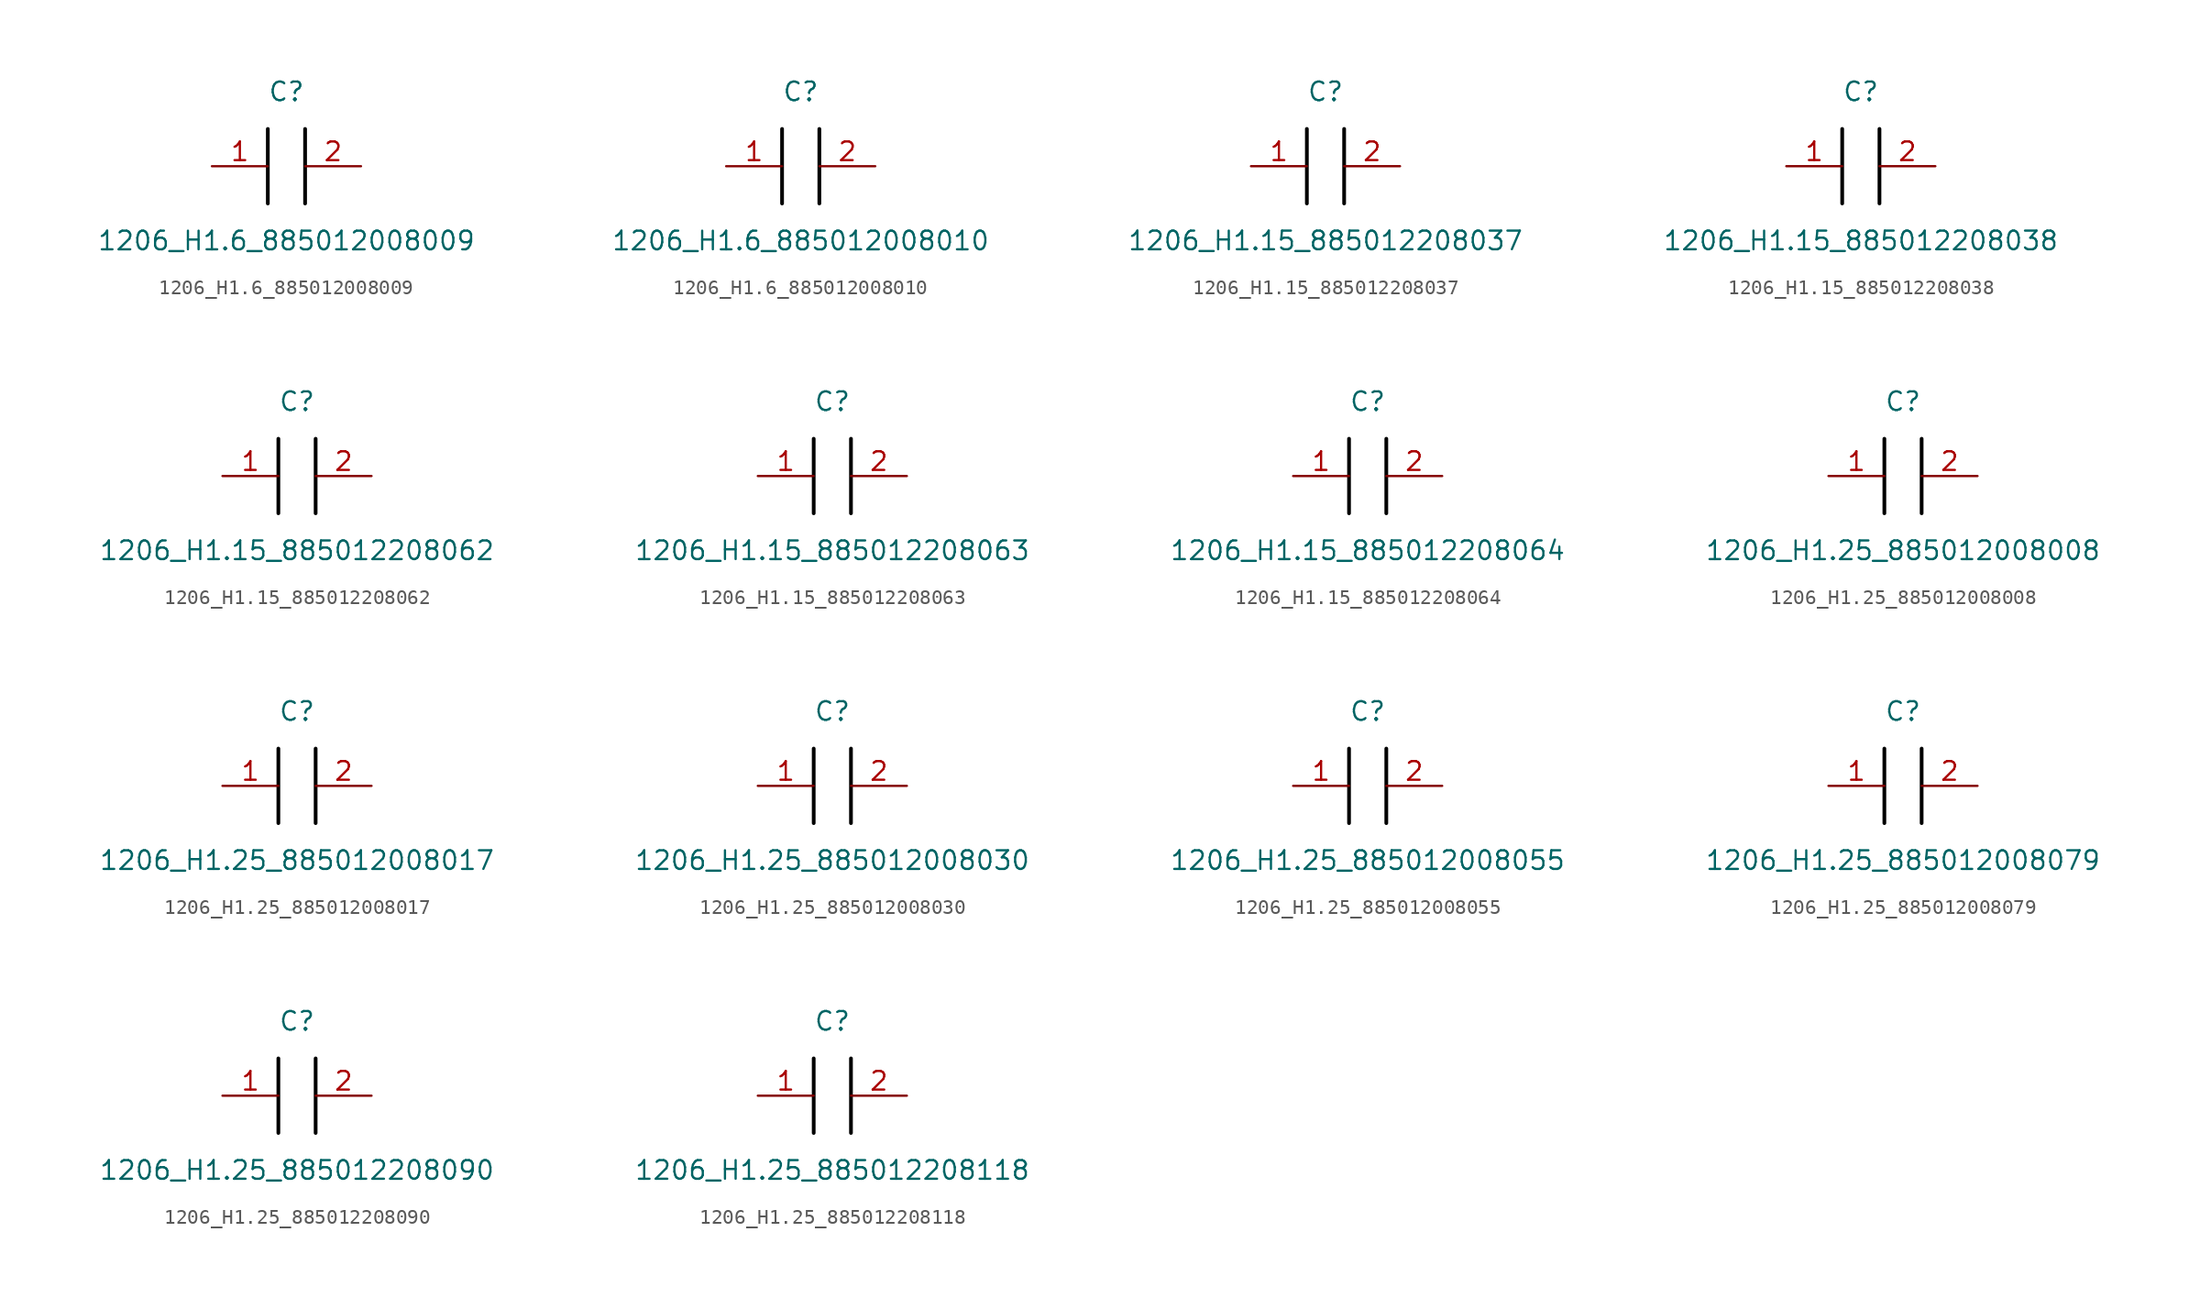
<source format=kicad_sym>
(kicad_symbol_lib
  (version 20220914)
  (generator kicad_symbol_editor)
  (symbol "1206_H1.6_885012008009"
    (pin_names hide)
    (property "Reference" "C"
      (at 0 5.08 0)
      (effects (font (size 1.27 1.27))))
    (property "Value" "1206_H1.6_885012008009"
      (at 0 -5.08 0)
      (effects (font (size 1.27 1.27))))
    (symbol "1206_H1.6_885012008009_1_1"
      (polyline (pts (xy -1.27 2.54) (xy -1.27 -2.54)) (stroke (width 0.254) (type default) (color 0 0 0 1)) (fill (type none)))
      (polyline (pts (xy 1.27 2.54) (xy 1.27 -2.54)) (stroke (width 0.254) (type default) (color 0 0 0 1)) (fill (type none)))
      (pin passive line (at -5.08 0 0) (length 3.81) (name "1" (effects (font (size 1.27 1.27)))) (number "1" (effects (font (size 1.27 1.27)))))
      (pin passive line (at 5.08 0 180) (length 3.81) (name "2" (effects (font (size 1.27 1.27)))) (number "2" (effects (font (size 1.27 1.27)))))))
  (symbol "1206_H1.6_885012008010"
    (pin_names hide)
    (property "Reference" "C"
      (at 0 5.08 0)
      (effects (font (size 1.27 1.27))))
    (property "Value" "1206_H1.6_885012008010"
      (at 0 -5.08 0)
      (effects (font (size 1.27 1.27))))
    (symbol "1206_H1.6_885012008010_1_1"
      (polyline (pts (xy -1.27 2.54) (xy -1.27 -2.54)) (stroke (width 0.254) (type default) (color 0 0 0 1)) (fill (type none)))
      (polyline (pts (xy 1.27 2.54) (xy 1.27 -2.54)) (stroke (width 0.254) (type default) (color 0 0 0 1)) (fill (type none)))
      (pin passive line (at -5.08 0 0) (length 3.81) (name "1" (effects (font (size 1.27 1.27)))) (number "1" (effects (font (size 1.27 1.27)))))
      (pin passive line (at 5.08 0 180) (length 3.81) (name "2" (effects (font (size 1.27 1.27)))) (number "2" (effects (font (size 1.27 1.27)))))))
  (symbol "1206_H1.15_885012208037"
    (pin_names hide)
    (property "Reference" "C"
      (at 0 5.08 0)
      (effects (font (size 1.27 1.27))))
    (property "Value" "1206_H1.15_885012208037"
      (at 0 -5.08 0)
      (effects (font (size 1.27 1.27))))
    (symbol "1206_H1.15_885012208037_1_1"
      (polyline (pts (xy -1.27 2.54) (xy -1.27 -2.54)) (stroke (width 0.254) (type default) (color 0 0 0 1)) (fill (type none)))
      (polyline (pts (xy 1.27 2.54) (xy 1.27 -2.54)) (stroke (width 0.254) (type default) (color 0 0 0 1)) (fill (type none)))
      (pin passive line (at -5.08 0 0) (length 3.81) (name "1" (effects (font (size 1.27 1.27)))) (number "1" (effects (font (size 1.27 1.27)))))
      (pin passive line (at 5.08 0 180) (length 3.81) (name "2" (effects (font (size 1.27 1.27)))) (number "2" (effects (font (size 1.27 1.27)))))))
  (symbol "1206_H1.15_885012208038"
    (pin_names hide)
    (property "Reference" "C"
      (at 0 5.08 0)
      (effects (font (size 1.27 1.27))))
    (property "Value" "1206_H1.15_885012208038"
      (at 0 -5.08 0)
      (effects (font (size 1.27 1.27))))
    (symbol "1206_H1.15_885012208038_1_1"
      (polyline (pts (xy -1.27 2.54) (xy -1.27 -2.54)) (stroke (width 0.254) (type default) (color 0 0 0 1)) (fill (type none)))
      (polyline (pts (xy 1.27 2.54) (xy 1.27 -2.54)) (stroke (width 0.254) (type default) (color 0 0 0 1)) (fill (type none)))
      (pin passive line (at -5.08 0 0) (length 3.81) (name "1" (effects (font (size 1.27 1.27)))) (number "1" (effects (font (size 1.27 1.27)))))
      (pin passive line (at 5.08 0 180) (length 3.81) (name "2" (effects (font (size 1.27 1.27)))) (number "2" (effects (font (size 1.27 1.27)))))))
  (symbol "1206_H1.15_885012208062"
    (pin_names hide)
    (property "Reference" "C"
      (at 0 5.08 0)
      (effects (font (size 1.27 1.27))))
    (property "Value" "1206_H1.15_885012208062"
      (at 0 -5.08 0)
      (effects (font (size 1.27 1.27))))
    (symbol "1206_H1.15_885012208062_1_1"
      (polyline (pts (xy -1.27 2.54) (xy -1.27 -2.54)) (stroke (width 0.254) (type default) (color 0 0 0 1)) (fill (type none)))
      (polyline (pts (xy 1.27 2.54) (xy 1.27 -2.54)) (stroke (width 0.254) (type default) (color 0 0 0 1)) (fill (type none)))
      (pin passive line (at -5.08 0 0) (length 3.81) (name "1" (effects (font (size 1.27 1.27)))) (number "1" (effects (font (size 1.27 1.27)))))
      (pin passive line (at 5.08 0 180) (length 3.81) (name "2" (effects (font (size 1.27 1.27)))) (number "2" (effects (font (size 1.27 1.27)))))))
  (symbol "1206_H1.15_885012208063"
    (pin_names hide)
    (property "Reference" "C"
      (at 0 5.08 0)
      (effects (font (size 1.27 1.27))))
    (property "Value" "1206_H1.15_885012208063"
      (at 0 -5.08 0)
      (effects (font (size 1.27 1.27))))
    (symbol "1206_H1.15_885012208063_1_1"
      (polyline (pts (xy -1.27 2.54) (xy -1.27 -2.54)) (stroke (width 0.254) (type default) (color 0 0 0 1)) (fill (type none)))
      (polyline (pts (xy 1.27 2.54) (xy 1.27 -2.54)) (stroke (width 0.254) (type default) (color 0 0 0 1)) (fill (type none)))
      (pin passive line (at -5.08 0 0) (length 3.81) (name "1" (effects (font (size 1.27 1.27)))) (number "1" (effects (font (size 1.27 1.27)))))
      (pin passive line (at 5.08 0 180) (length 3.81) (name "2" (effects (font (size 1.27 1.27)))) (number "2" (effects (font (size 1.27 1.27)))))))
  (symbol "1206_H1.15_885012208064"
    (pin_names hide)
    (property "Reference" "C"
      (at 0 5.08 0)
      (effects (font (size 1.27 1.27))))
    (property "Value" "1206_H1.15_885012208064"
      (at 0 -5.08 0)
      (effects (font (size 1.27 1.27))))
    (symbol "1206_H1.15_885012208064_1_1"
      (polyline (pts (xy -1.27 2.54) (xy -1.27 -2.54)) (stroke (width 0.254) (type default) (color 0 0 0 1)) (fill (type none)))
      (polyline (pts (xy 1.27 2.54) (xy 1.27 -2.54)) (stroke (width 0.254) (type default) (color 0 0 0 1)) (fill (type none)))
      (pin passive line (at -5.08 0 0) (length 3.81) (name "1" (effects (font (size 1.27 1.27)))) (number "1" (effects (font (size 1.27 1.27)))))
      (pin passive line (at 5.08 0 180) (length 3.81) (name "2" (effects (font (size 1.27 1.27)))) (number "2" (effects (font (size 1.27 1.27)))))))
  (symbol "1206_H1.25_885012008008"
    (pin_names hide)
    (property "Reference" "C"
      (at 0 5.08 0)
      (effects (font (size 1.27 1.27))))
    (property "Value" "1206_H1.25_885012008008"
      (at 0 -5.08 0)
      (effects (font (size 1.27 1.27))))
    (symbol "1206_H1.25_885012008008_1_1"
      (polyline (pts (xy -1.27 2.54) (xy -1.27 -2.54)) (stroke (width 0.254) (type default) (color 0 0 0 1)) (fill (type none)))
      (polyline (pts (xy 1.27 2.54) (xy 1.27 -2.54)) (stroke (width 0.254) (type default) (color 0 0 0 1)) (fill (type none)))
      (pin passive line (at -5.08 0 0) (length 3.81) (name "1" (effects (font (size 1.27 1.27)))) (number "1" (effects (font (size 1.27 1.27)))))
      (pin passive line (at 5.08 0 180) (length 3.81) (name "2" (effects (font (size 1.27 1.27)))) (number "2" (effects (font (size 1.27 1.27)))))))
  (symbol "1206_H1.25_885012008017"
    (pin_names hide)
    (property "Reference" "C"
      (at 0 5.08 0)
      (effects (font (size 1.27 1.27))))
    (property "Value" "1206_H1.25_885012008017"
      (at 0 -5.08 0)
      (effects (font (size 1.27 1.27))))
    (symbol "1206_H1.25_885012008017_1_1"
      (polyline (pts (xy -1.27 2.54) (xy -1.27 -2.54)) (stroke (width 0.254) (type default) (color 0 0 0 1)) (fill (type none)))
      (polyline (pts (xy 1.27 2.54) (xy 1.27 -2.54)) (stroke (width 0.254) (type default) (color 0 0 0 1)) (fill (type none)))
      (pin passive line (at -5.08 0 0) (length 3.81) (name "1" (effects (font (size 1.27 1.27)))) (number "1" (effects (font (size 1.27 1.27)))))
      (pin passive line (at 5.08 0 180) (length 3.81) (name "2" (effects (font (size 1.27 1.27)))) (number "2" (effects (font (size 1.27 1.27)))))))
  (symbol "1206_H1.25_885012008030"
    (pin_names hide)
    (property "Reference" "C"
      (at 0 5.08 0)
      (effects (font (size 1.27 1.27))))
    (property "Value" "1206_H1.25_885012008030"
      (at 0 -5.08 0)
      (effects (font (size 1.27 1.27))))
    (symbol "1206_H1.25_885012008030_1_1"
      (polyline (pts (xy -1.27 2.54) (xy -1.27 -2.54)) (stroke (width 0.254) (type default) (color 0 0 0 1)) (fill (type none)))
      (polyline (pts (xy 1.27 2.54) (xy 1.27 -2.54)) (stroke (width 0.254) (type default) (color 0 0 0 1)) (fill (type none)))
      (pin passive line (at -5.08 0 0) (length 3.81) (name "1" (effects (font (size 1.27 1.27)))) (number "1" (effects (font (size 1.27 1.27)))))
      (pin passive line (at 5.08 0 180) (length 3.81) (name "2" (effects (font (size 1.27 1.27)))) (number "2" (effects (font (size 1.27 1.27)))))))
  (symbol "1206_H1.25_885012008055"
    (pin_names hide)
    (property "Reference" "C"
      (at 0 5.08 0)
      (effects (font (size 1.27 1.27))))
    (property "Value" "1206_H1.25_885012008055"
      (at 0 -5.08 0)
      (effects (font (size 1.27 1.27))))
    (symbol "1206_H1.25_885012008055_1_1"
      (polyline (pts (xy -1.27 2.54) (xy -1.27 -2.54)) (stroke (width 0.254) (type default) (color 0 0 0 1)) (fill (type none)))
      (polyline (pts (xy 1.27 2.54) (xy 1.27 -2.54)) (stroke (width 0.254) (type default) (color 0 0 0 1)) (fill (type none)))
      (pin passive line (at -5.08 0 0) (length 3.81) (name "1" (effects (font (size 1.27 1.27)))) (number "1" (effects (font (size 1.27 1.27)))))
      (pin passive line (at 5.08 0 180) (length 3.81) (name "2" (effects (font (size 1.27 1.27)))) (number "2" (effects (font (size 1.27 1.27)))))))
  (symbol "1206_H1.25_885012008079"
    (pin_names hide)
    (property "Reference" "C"
      (at 0 5.08 0)
      (effects (font (size 1.27 1.27))))
    (property "Value" "1206_H1.25_885012008079"
      (at 0 -5.08 0)
      (effects (font (size 1.27 1.27))))
    (symbol "1206_H1.25_885012008079_1_1"
      (polyline (pts (xy -1.27 2.54) (xy -1.27 -2.54)) (stroke (width 0.254) (type default) (color 0 0 0 1)) (fill (type none)))
      (polyline (pts (xy 1.27 2.54) (xy 1.27 -2.54)) (stroke (width 0.254) (type default) (color 0 0 0 1)) (fill (type none)))
      (pin passive line (at -5.08 0 0) (length 3.81) (name "1" (effects (font (size 1.27 1.27)))) (number "1" (effects (font (size 1.27 1.27)))))
      (pin passive line (at 5.08 0 180) (length 3.81) (name "2" (effects (font (size 1.27 1.27)))) (number "2" (effects (font (size 1.27 1.27)))))))
  (symbol "1206_H1.25_885012208090"
    (pin_names hide)
    (property "Reference" "C"
      (at 0 5.08 0)
      (effects (font (size 1.27 1.27))))
    (property "Value" "1206_H1.25_885012208090"
      (at 0 -5.08 0)
      (effects (font (size 1.27 1.27))))
    (symbol "1206_H1.25_885012208090_1_1"
      (polyline (pts (xy -1.27 2.54) (xy -1.27 -2.54)) (stroke (width 0.254) (type default) (color 0 0 0 1)) (fill (type none)))
      (polyline (pts (xy 1.27 2.54) (xy 1.27 -2.54)) (stroke (width 0.254) (type default) (color 0 0 0 1)) (fill (type none)))
      (pin passive line (at -5.08 0 0) (length 3.81) (name "1" (effects (font (size 1.27 1.27)))) (number "1" (effects (font (size 1.27 1.27)))))
      (pin passive line (at 5.08 0 180) (length 3.81) (name "2" (effects (font (size 1.27 1.27)))) (number "2" (effects (font (size 1.27 1.27)))))))
  (symbol "1206_H1.25_885012208118"
    (pin_names hide)
    (property "Reference" "C"
      (at 0 5.08 0)
      (effects (font (size 1.27 1.27))))
    (property "Value" "1206_H1.25_885012208118"
      (at 0 -5.08 0)
      (effects (font (size 1.27 1.27))))
    (symbol "1206_H1.25_885012208118_1_1"
      (polyline (pts (xy -1.27 2.54) (xy -1.27 -2.54)) (stroke (width 0.254) (type default) (color 0 0 0 1)) (fill (type none)))
      (polyline (pts (xy 1.27 2.54) (xy 1.27 -2.54)) (stroke (width 0.254) (type default) (color 0 0 0 1)) (fill (type none)))
      (pin passive line (at -5.08 0 0) (length 3.81) (name "1" (effects (font (size 1.27 1.27)))) (number "1" (effects (font (size 1.27 1.27)))))
      (pin passive line (at 5.08 0 180) (length 3.81) (name "2" (effects (font (size 1.27 1.27)))) (number "2" (effects (font (size 1.27 1.27))))))))
</source>
